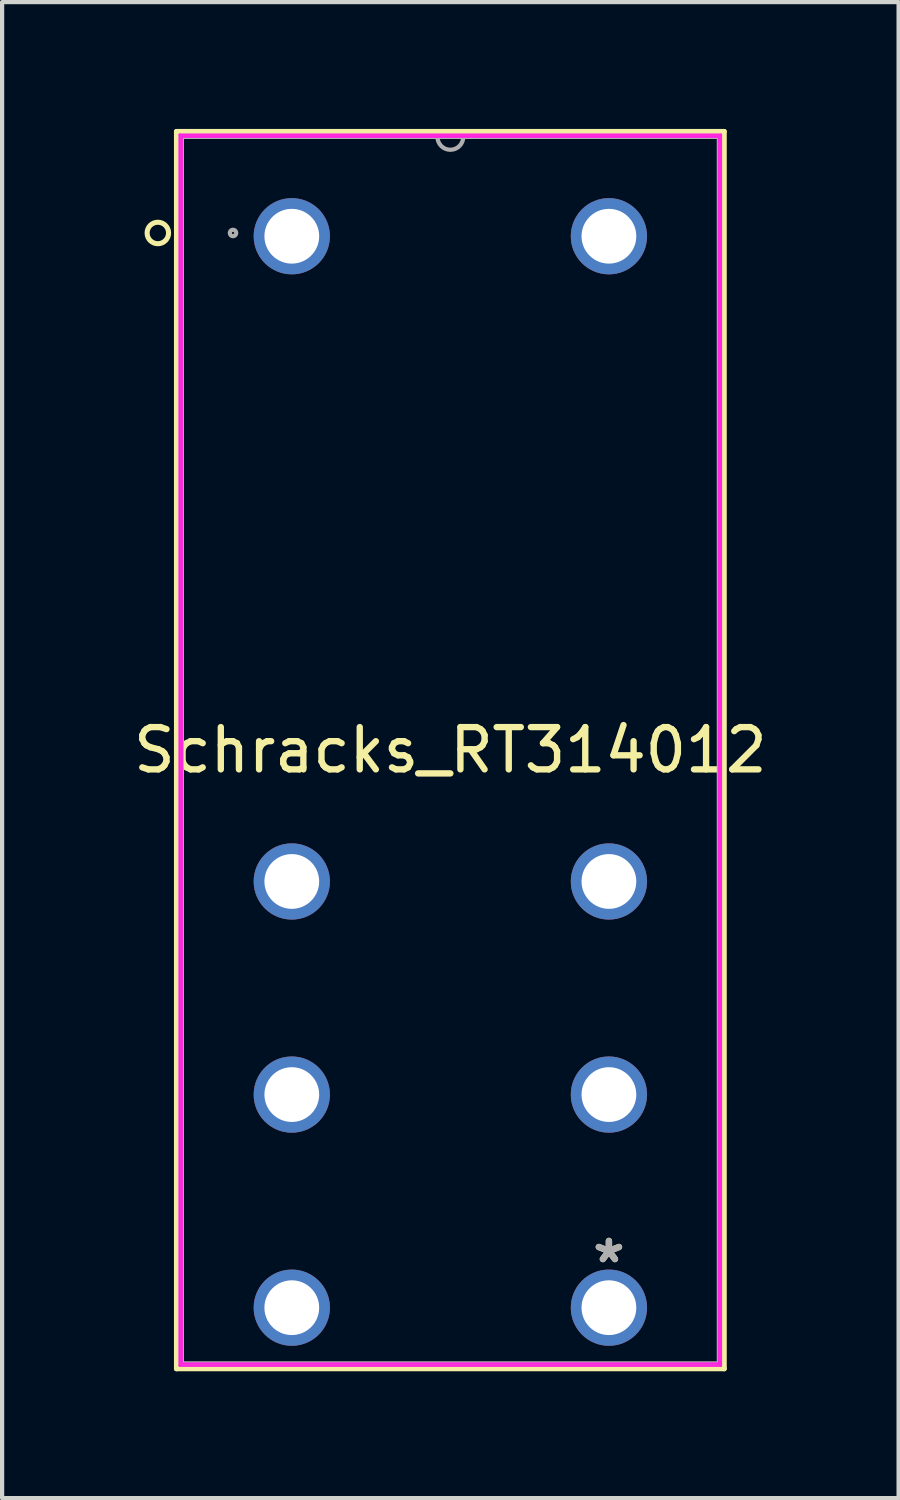
<source format=kicad_pcb>
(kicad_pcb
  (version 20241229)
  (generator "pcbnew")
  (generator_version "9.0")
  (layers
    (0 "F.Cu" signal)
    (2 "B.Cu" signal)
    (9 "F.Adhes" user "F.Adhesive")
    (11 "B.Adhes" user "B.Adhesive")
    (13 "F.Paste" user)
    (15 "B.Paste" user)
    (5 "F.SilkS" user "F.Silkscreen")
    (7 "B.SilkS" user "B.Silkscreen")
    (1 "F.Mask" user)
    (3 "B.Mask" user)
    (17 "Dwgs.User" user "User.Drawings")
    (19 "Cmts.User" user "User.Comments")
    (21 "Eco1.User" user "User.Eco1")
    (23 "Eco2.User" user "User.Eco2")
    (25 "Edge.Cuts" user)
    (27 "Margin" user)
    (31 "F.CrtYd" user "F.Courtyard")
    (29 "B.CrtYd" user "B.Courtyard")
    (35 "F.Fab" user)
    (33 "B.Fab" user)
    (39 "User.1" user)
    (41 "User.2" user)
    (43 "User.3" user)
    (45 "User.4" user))
  (footprint "Schracks_RT314012"
    (layer "F.Cu")
    (at 11.351 26.844)
    (property "Reference" "Schracks_RT314012" (at -3.75 -12.153 0) (layer "F.SilkS") (effects (font (size 1 1) (thickness 0.15))))
    (attr through_hole)
    (fp_line (start -10.227 -26.784) (end -10.227 2.477) (stroke (width 0.12) (type solid)) (layer "F.SilkS"))
    (fp_line (start -10.227 2.477) (end 2.727 2.477) (stroke (width 0.12) (type solid)) (layer "F.SilkS"))
    (fp_line (start 2.727 -26.784) (end -10.227 -26.784) (stroke (width 0.12) (type solid)) (layer "F.SilkS"))
    (fp_line (start 2.727 2.477) (end 2.727 -26.784) (stroke (width 0.12) (type solid)) (layer "F.SilkS"))
    (fp_circle (center -10.668 -24.384) (end -10.414 -24.384) (stroke (width 0.12) (type solid)) (fill no) (layer "F.SilkS"))
    (fp_line (start -10.151 -26.708) (end 2.651 -26.708) (stroke (width 0.05) (type solid)) (layer "F.CrtYd"))
    (fp_line (start -10.151 -26.708) (end 2.651 -26.708) (stroke (width 0.05) (type solid)) (layer "F.CrtYd"))
    (fp_line (start -10.151 2.401) (end -10.151 -26.708) (stroke (width 0.05) (type solid)) (layer "F.CrtYd"))
    (fp_line (start -10.151 2.401) (end -10.151 -26.708) (stroke (width 0.05) (type solid)) (layer "F.CrtYd"))
    (fp_line (start -10.1 -26.657) (end 2.6 -26.657) (stroke (width 0.05) (type solid)) (layer "F.CrtYd"))
    (fp_line (start -10.1 2.35) (end -10.1 -26.657) (stroke (width 0.05) (type solid)) (layer "F.CrtYd"))
    (fp_line (start 2.6 -26.657) (end 2.6 2.35) (stroke (width 0.05) (type solid)) (layer "F.CrtYd"))
    (fp_line (start 2.6 2.35) (end -10.1 2.35) (stroke (width 0.05) (type solid)) (layer "F.CrtYd"))
    (fp_line (start 2.651 -26.708) (end 2.651 2.401) (stroke (width 0.05) (type solid)) (layer "F.CrtYd"))
    (fp_line (start 2.651 -26.708) (end 2.651 2.401) (stroke (width 0.05) (type solid)) (layer "F.CrtYd"))
    (fp_line (start 2.651 2.401) (end -10.151 2.401) (stroke (width 0.05) (type solid)) (layer "F.CrtYd"))
    (fp_line (start 2.651 2.401) (end -10.151 2.401) (stroke (width 0.05) (type solid)) (layer "F.CrtYd"))
    (fp_line (start -10.1 -26.657) (end -10.1 2.35) (stroke (width 0.1) (type solid)) (layer "F.Fab"))
    (fp_line (start -10.1 2.35) (end 2.6 2.35) (stroke (width 0.1) (type solid)) (layer "F.Fab"))
    (fp_line (start 2.6 -26.657) (end -10.1 -26.657) (stroke (width 0.1) (type solid)) (layer "F.Fab"))
    (fp_line (start 2.6 2.35) (end 2.6 -26.657) (stroke (width 0.1) (type solid)) (layer "F.Fab"))
    (fp_arc (start -3.4452 -26.6568) (mid -3.75 -26.352) (end -4.0548 -26.6568) (stroke (width 0.1) (type solid)) (layer "F.Fab"))
    (fp_circle (center -8.89 -24.384) (end -8.814 -24.384) (stroke (width 0.1) (type solid)) (fill no) (layer "F.Fab"))
    (fp_text user "*" (at 0 0 0) (layer "F.SilkS") (effects (font (size 1 1) (thickness 0.15))))
    (fp_text user "*" (at 0 0 0) (layer "F.Fab") (effects (font (size 1 1) (thickness 0.15))))
    (pad "11" thru_hole circle (at 0 -4.007) (size 1.803 1.803) (drill 1.295) (layers "*.Cu" "*.Mask"))
    (pad "12" thru_hole circle (at 0 -9.047) (size 1.803 1.803) (drill 1.295) (layers "*.Cu" "*.Mask"))
    (pad "14" thru_hole circle (at 0 1.033) (size 1.803 1.803) (drill 1.295) (layers "*.Cu" "*.Mask"))
    (pad "21" thru_hole circle (at -7.5 -4.007) (size 1.803 1.803) (drill 1.295) (layers "*.Cu" "*.Mask"))
    (pad "22" thru_hole circle (at -7.5 -9.047) (size 1.803 1.803) (drill 1.295) (layers "*.Cu" "*.Mask"))
    (pad "24" thru_hole circle (at -7.5 1.033) (size 1.803 1.803) (drill 1.295) (layers "*.Cu" "*.Mask"))
    (pad "A1" thru_hole circle (at -7.5 -24.307) (size 1.803 1.803) (drill 1.295) (layers "*.Cu" "*.Mask"))
    (pad "A2" thru_hole circle (at 0 -24.307) (size 1.803 1.803) (drill 1.295) (layers "*.Cu" "*.Mask")))
  (gr_rect
    (start -3 -3)
    (end 18.202 32.381)
    (stroke (width 0.1) (type default))
    (fill no)
    (layer "Edge.Cuts")))
</source>
